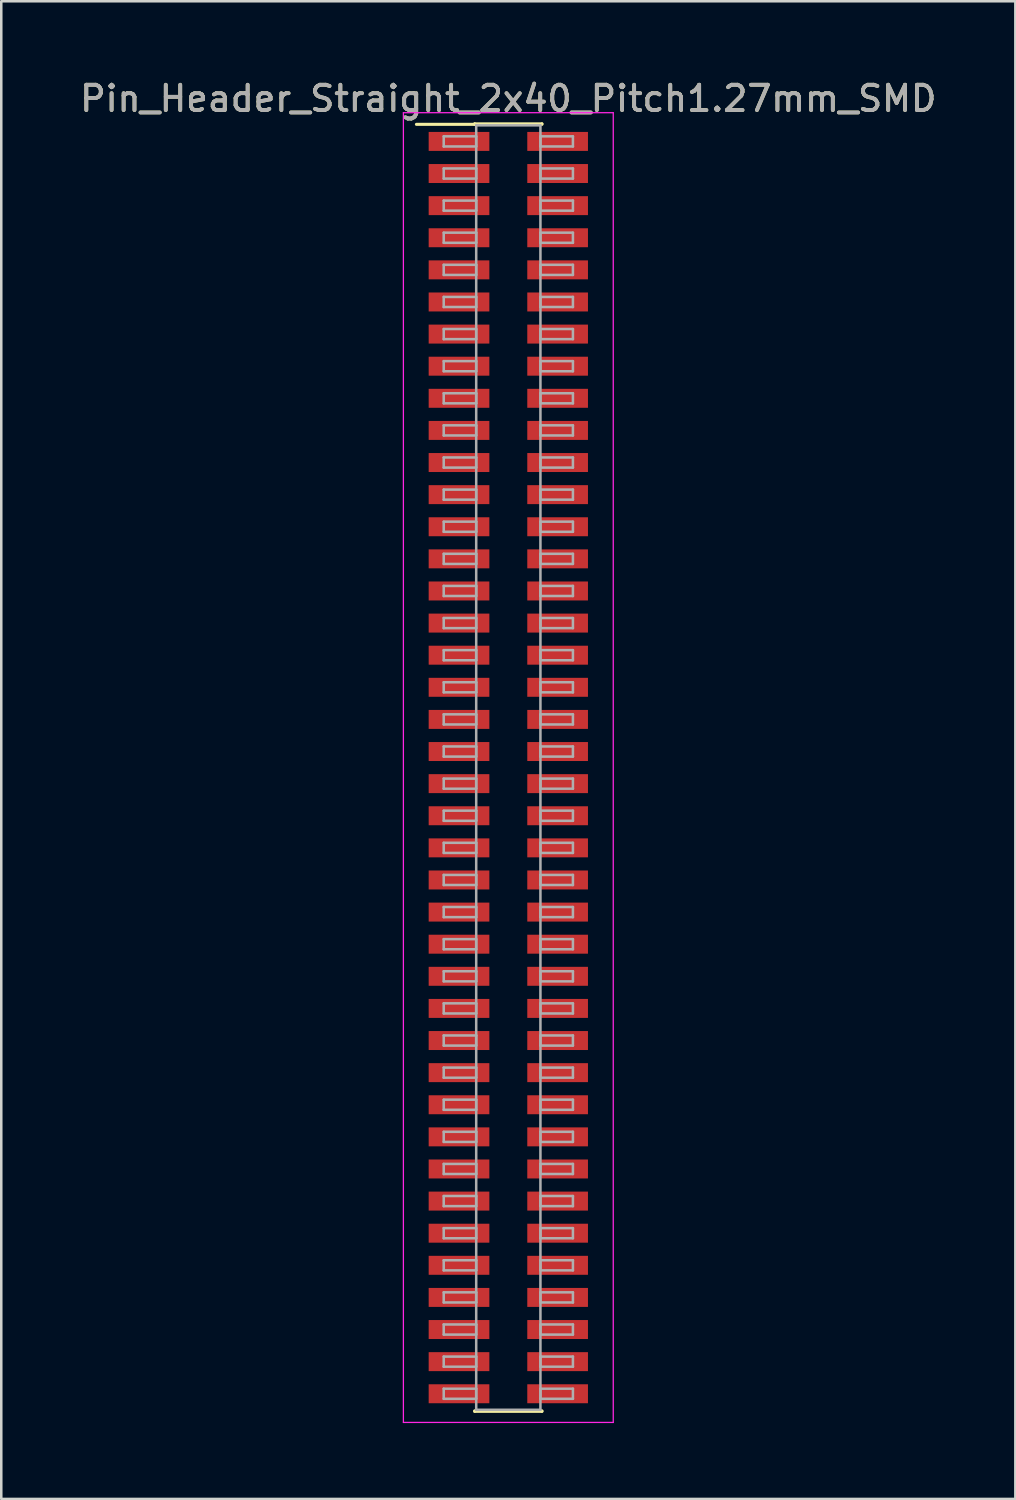
<source format=kicad_pcb>
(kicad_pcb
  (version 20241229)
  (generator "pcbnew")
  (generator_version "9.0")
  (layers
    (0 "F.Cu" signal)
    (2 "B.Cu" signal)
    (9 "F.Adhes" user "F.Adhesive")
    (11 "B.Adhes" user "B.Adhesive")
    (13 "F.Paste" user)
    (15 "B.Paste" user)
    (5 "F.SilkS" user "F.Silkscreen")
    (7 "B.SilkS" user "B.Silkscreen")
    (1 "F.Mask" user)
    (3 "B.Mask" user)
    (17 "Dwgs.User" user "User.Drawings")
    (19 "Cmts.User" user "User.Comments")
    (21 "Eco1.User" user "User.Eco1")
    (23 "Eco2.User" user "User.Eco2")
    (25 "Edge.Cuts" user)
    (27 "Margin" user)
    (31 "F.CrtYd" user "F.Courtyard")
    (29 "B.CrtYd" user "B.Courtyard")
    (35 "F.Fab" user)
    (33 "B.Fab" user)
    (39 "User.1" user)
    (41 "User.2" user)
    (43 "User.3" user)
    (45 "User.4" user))
  (footprint "Pin_Header_Straight_2x40_Pitch1.27mm_SMD"
    (layer "F.Cu")
    (at 17.054 27.308)
    (property "Reference" "Pin_Header_Straight_2x40_Pitch1.27mm_SMD" (at 0 -26.46 0) (layer "F.SilkS") (effects (font (size 1 1) (thickness 0.15))))
    (attr smd)
    (fp_line (start -3.635 -25.44) (end -1.33 -25.44) (stroke (width 0.12) (type solid)) (layer "F.SilkS"))
    (fp_line (start -1.33 -25.46) (end 1.33 -25.46) (stroke (width 0.12) (type solid)) (layer "F.SilkS"))
    (fp_line (start -1.33 -25.44) (end -1.33 -25.46) (stroke (width 0.12) (type solid)) (layer "F.SilkS"))
    (fp_line (start -1.33 25.44) (end -1.33 25.46) (stroke (width 0.12) (type solid)) (layer "F.SilkS"))
    (fp_line (start -1.33 25.46) (end 1.33 25.46) (stroke (width 0.12) (type solid)) (layer "F.SilkS"))
    (fp_line (start 1.33 -25.46) (end 1.33 -25.44) (stroke (width 0.12) (type solid)) (layer "F.SilkS"))
    (fp_line (start 1.33 25.46) (end 1.33 25.44) (stroke (width 0.12) (type solid)) (layer "F.SilkS"))
    (fp_line (start -4.15 -25.9) (end -4.15 25.9) (stroke (width 0.05) (type solid)) (layer "F.CrtYd"))
    (fp_line (start -4.15 25.9) (end 4.15 25.9) (stroke (width 0.05) (type solid)) (layer "F.CrtYd"))
    (fp_line (start 4.15 -25.9) (end -4.15 -25.9) (stroke (width 0.05) (type solid)) (layer "F.CrtYd"))
    (fp_line (start 4.15 25.9) (end 4.15 -25.9) (stroke (width 0.05) (type solid)) (layer "F.CrtYd"))
    (fp_line (start -2.555 -24.965) (end -1.27 -24.965) (stroke (width 0.1) (type solid)) (layer "F.Fab"))
    (fp_line (start -2.555 -24.565) (end -2.555 -24.965) (stroke (width 0.1) (type solid)) (layer "F.Fab"))
    (fp_line (start -2.555 -23.695) (end -1.27 -23.695) (stroke (width 0.1) (type solid)) (layer "F.Fab"))
    (fp_line (start -2.555 -23.295) (end -2.555 -23.695) (stroke (width 0.1) (type solid)) (layer "F.Fab"))
    (fp_line (start -2.555 -22.425) (end -1.27 -22.425) (stroke (width 0.1) (type solid)) (layer "F.Fab"))
    (fp_line (start -2.555 -22.025) (end -2.555 -22.425) (stroke (width 0.1) (type solid)) (layer "F.Fab"))
    (fp_line (start -2.555 -21.155) (end -1.27 -21.155) (stroke (width 0.1) (type solid)) (layer "F.Fab"))
    (fp_line (start -2.555 -20.755) (end -2.555 -21.155) (stroke (width 0.1) (type solid)) (layer "F.Fab"))
    (fp_line (start -2.555 -19.885) (end -1.27 -19.885) (stroke (width 0.1) (type solid)) (layer "F.Fab"))
    (fp_line (start -2.555 -19.485) (end -2.555 -19.885) (stroke (width 0.1) (type solid)) (layer "F.Fab"))
    (fp_line (start -2.555 -18.615) (end -1.27 -18.615) (stroke (width 0.1) (type solid)) (layer "F.Fab"))
    (fp_line (start -2.555 -18.215) (end -2.555 -18.615) (stroke (width 0.1) (type solid)) (layer "F.Fab"))
    (fp_line (start -2.555 -17.345) (end -1.27 -17.345) (stroke (width 0.1) (type solid)) (layer "F.Fab"))
    (fp_line (start -2.555 -16.945) (end -2.555 -17.345) (stroke (width 0.1) (type solid)) (layer "F.Fab"))
    (fp_line (start -2.555 -16.075) (end -1.27 -16.075) (stroke (width 0.1) (type solid)) (layer "F.Fab"))
    (fp_line (start -2.555 -15.675) (end -2.555 -16.075) (stroke (width 0.1) (type solid)) (layer "F.Fab"))
    (fp_line (start -2.555 -14.805) (end -1.27 -14.805) (stroke (width 0.1) (type solid)) (layer "F.Fab"))
    (fp_line (start -2.555 -14.405) (end -2.555 -14.805) (stroke (width 0.1) (type solid)) (layer "F.Fab"))
    (fp_line (start -2.555 -13.535) (end -1.27 -13.535) (stroke (width 0.1) (type solid)) (layer "F.Fab"))
    (fp_line (start -2.555 -13.135) (end -2.555 -13.535) (stroke (width 0.1) (type solid)) (layer "F.Fab"))
    (fp_line (start -2.555 -12.265) (end -1.27 -12.265) (stroke (width 0.1) (type solid)) (layer "F.Fab"))
    (fp_line (start -2.555 -11.865) (end -2.555 -12.265) (stroke (width 0.1) (type solid)) (layer "F.Fab"))
    (fp_line (start -2.555 -10.995) (end -1.27 -10.995) (stroke (width 0.1) (type solid)) (layer "F.Fab"))
    (fp_line (start -2.555 -10.595) (end -2.555 -10.995) (stroke (width 0.1) (type solid)) (layer "F.Fab"))
    (fp_line (start -2.555 -9.725) (end -1.27 -9.725) (stroke (width 0.1) (type solid)) (layer "F.Fab"))
    (fp_line (start -2.555 -9.325) (end -2.555 -9.725) (stroke (width 0.1) (type solid)) (layer "F.Fab"))
    (fp_line (start -2.555 -8.455) (end -1.27 -8.455) (stroke (width 0.1) (type solid)) (layer "F.Fab"))
    (fp_line (start -2.555 -8.055) (end -2.555 -8.455) (stroke (width 0.1) (type solid)) (layer "F.Fab"))
    (fp_line (start -2.555 -7.185) (end -1.27 -7.185) (stroke (width 0.1) (type solid)) (layer "F.Fab"))
    (fp_line (start -2.555 -6.785) (end -2.555 -7.185) (stroke (width 0.1) (type solid)) (layer "F.Fab"))
    (fp_line (start -2.555 -5.915) (end -1.27 -5.915) (stroke (width 0.1) (type solid)) (layer "F.Fab"))
    (fp_line (start -2.555 -5.515) (end -2.555 -5.915) (stroke (width 0.1) (type solid)) (layer "F.Fab"))
    (fp_line (start -2.555 -4.645) (end -1.27 -4.645) (stroke (width 0.1) (type solid)) (layer "F.Fab"))
    (fp_line (start -2.555 -4.245) (end -2.555 -4.645) (stroke (width 0.1) (type solid)) (layer "F.Fab"))
    (fp_line (start -2.555 -3.375) (end -1.27 -3.375) (stroke (width 0.1) (type solid)) (layer "F.Fab"))
    (fp_line (start -2.555 -2.975) (end -2.555 -3.375) (stroke (width 0.1) (type solid)) (layer "F.Fab"))
    (fp_line (start -2.555 -2.105) (end -1.27 -2.105) (stroke (width 0.1) (type solid)) (layer "F.Fab"))
    (fp_line (start -2.555 -1.705) (end -2.555 -2.105) (stroke (width 0.1) (type solid)) (layer "F.Fab"))
    (fp_line (start -2.555 -0.835) (end -1.27 -0.835) (stroke (width 0.1) (type solid)) (layer "F.Fab"))
    (fp_line (start -2.555 -0.435) (end -2.555 -0.835) (stroke (width 0.1) (type solid)) (layer "F.Fab"))
    (fp_line (start -2.555 0.435) (end -1.27 0.435) (stroke (width 0.1) (type solid)) (layer "F.Fab"))
    (fp_line (start -2.555 0.835) (end -2.555 0.435) (stroke (width 0.1) (type solid)) (layer "F.Fab"))
    (fp_line (start -2.555 1.705) (end -1.27 1.705) (stroke (width 0.1) (type solid)) (layer "F.Fab"))
    (fp_line (start -2.555 2.105) (end -2.555 1.705) (stroke (width 0.1) (type solid)) (layer "F.Fab"))
    (fp_line (start -2.555 2.975) (end -1.27 2.975) (stroke (width 0.1) (type solid)) (layer "F.Fab"))
    (fp_line (start -2.555 3.375) (end -2.555 2.975) (stroke (width 0.1) (type solid)) (layer "F.Fab"))
    (fp_line (start -2.555 4.245) (end -1.27 4.245) (stroke (width 0.1) (type solid)) (layer "F.Fab"))
    (fp_line (start -2.555 4.645) (end -2.555 4.245) (stroke (width 0.1) (type solid)) (layer "F.Fab"))
    (fp_line (start -2.555 5.515) (end -1.27 5.515) (stroke (width 0.1) (type solid)) (layer "F.Fab"))
    (fp_line (start -2.555 5.915) (end -2.555 5.515) (stroke (width 0.1) (type solid)) (layer "F.Fab"))
    (fp_line (start -2.555 6.785) (end -1.27 6.785) (stroke (width 0.1) (type solid)) (layer "F.Fab"))
    (fp_line (start -2.555 7.185) (end -2.555 6.785) (stroke (width 0.1) (type solid)) (layer "F.Fab"))
    (fp_line (start -2.555 8.055) (end -1.27 8.055) (stroke (width 0.1) (type solid)) (layer "F.Fab"))
    (fp_line (start -2.555 8.455) (end -2.555 8.055) (stroke (width 0.1) (type solid)) (layer "F.Fab"))
    (fp_line (start -2.555 9.325) (end -1.27 9.325) (stroke (width 0.1) (type solid)) (layer "F.Fab"))
    (fp_line (start -2.555 9.725) (end -2.555 9.325) (stroke (width 0.1) (type solid)) (layer "F.Fab"))
    (fp_line (start -2.555 10.595) (end -1.27 10.595) (stroke (width 0.1) (type solid)) (layer "F.Fab"))
    (fp_line (start -2.555 10.995) (end -2.555 10.595) (stroke (width 0.1) (type solid)) (layer "F.Fab"))
    (fp_line (start -2.555 11.865) (end -1.27 11.865) (stroke (width 0.1) (type solid)) (layer "F.Fab"))
    (fp_line (start -2.555 12.265) (end -2.555 11.865) (stroke (width 0.1) (type solid)) (layer "F.Fab"))
    (fp_line (start -2.555 13.135) (end -1.27 13.135) (stroke (width 0.1) (type solid)) (layer "F.Fab"))
    (fp_line (start -2.555 13.535) (end -2.555 13.135) (stroke (width 0.1) (type solid)) (layer "F.Fab"))
    (fp_line (start -2.555 14.405) (end -1.27 14.405) (stroke (width 0.1) (type solid)) (layer "F.Fab"))
    (fp_line (start -2.555 14.805) (end -2.555 14.405) (stroke (width 0.1) (type solid)) (layer "F.Fab"))
    (fp_line (start -2.555 15.675) (end -1.27 15.675) (stroke (width 0.1) (type solid)) (layer "F.Fab"))
    (fp_line (start -2.555 16.075) (end -2.555 15.675) (stroke (width 0.1) (type solid)) (layer "F.Fab"))
    (fp_line (start -2.555 16.945) (end -1.27 16.945) (stroke (width 0.1) (type solid)) (layer "F.Fab"))
    (fp_line (start -2.555 17.345) (end -2.555 16.945) (stroke (width 0.1) (type solid)) (layer "F.Fab"))
    (fp_line (start -2.555 18.215) (end -1.27 18.215) (stroke (width 0.1) (type solid)) (layer "F.Fab"))
    (fp_line (start -2.555 18.615) (end -2.555 18.215) (stroke (width 0.1) (type solid)) (layer "F.Fab"))
    (fp_line (start -2.555 19.485) (end -1.27 19.485) (stroke (width 0.1) (type solid)) (layer "F.Fab"))
    (fp_line (start -2.555 19.885) (end -2.555 19.485) (stroke (width 0.1) (type solid)) (layer "F.Fab"))
    (fp_line (start -2.555 20.755) (end -1.27 20.755) (stroke (width 0.1) (type solid)) (layer "F.Fab"))
    (fp_line (start -2.555 21.155) (end -2.555 20.755) (stroke (width 0.1) (type solid)) (layer "F.Fab"))
    (fp_line (start -2.555 22.025) (end -1.27 22.025) (stroke (width 0.1) (type solid)) (layer "F.Fab"))
    (fp_line (start -2.555 22.425) (end -2.555 22.025) (stroke (width 0.1) (type solid)) (layer "F.Fab"))
    (fp_line (start -2.555 23.295) (end -1.27 23.295) (stroke (width 0.1) (type solid)) (layer "F.Fab"))
    (fp_line (start -2.555 23.695) (end -2.555 23.295) (stroke (width 0.1) (type solid)) (layer "F.Fab"))
    (fp_line (start -2.555 24.565) (end -1.27 24.565) (stroke (width 0.1) (type solid)) (layer "F.Fab"))
    (fp_line (start -2.555 24.965) (end -2.555 24.565) (stroke (width 0.1) (type solid)) (layer "F.Fab"))
    (fp_line (start -1.27 -25.4) (end -1.27 25.4) (stroke (width 0.1) (type solid)) (layer "F.Fab"))
    (fp_line (start -1.27 -24.965) (end -1.27 -24.565) (stroke (width 0.1) (type solid)) (layer "F.Fab"))
    (fp_line (start -1.27 -24.565) (end -2.555 -24.565) (stroke (width 0.1) (type solid)) (layer "F.Fab"))
    (fp_line (start -1.27 -23.695) (end -1.27 -23.295) (stroke (width 0.1) (type solid)) (layer "F.Fab"))
    (fp_line (start -1.27 -23.295) (end -2.555 -23.295) (stroke (width 0.1) (type solid)) (layer "F.Fab"))
    (fp_line (start -1.27 -22.425) (end -1.27 -22.025) (stroke (width 0.1) (type solid)) (layer "F.Fab"))
    (fp_line (start -1.27 -22.025) (end -2.555 -22.025) (stroke (width 0.1) (type solid)) (layer "F.Fab"))
    (fp_line (start -1.27 -21.155) (end -1.27 -20.755) (stroke (width 0.1) (type solid)) (layer "F.Fab"))
    (fp_line (start -1.27 -20.755) (end -2.555 -20.755) (stroke (width 0.1) (type solid)) (layer "F.Fab"))
    (fp_line (start -1.27 -19.885) (end -1.27 -19.485) (stroke (width 0.1) (type solid)) (layer "F.Fab"))
    (fp_line (start -1.27 -19.485) (end -2.555 -19.485) (stroke (width 0.1) (type solid)) (layer "F.Fab"))
    (fp_line (start -1.27 -18.615) (end -1.27 -18.215) (stroke (width 0.1) (type solid)) (layer "F.Fab"))
    (fp_line (start -1.27 -18.215) (end -2.555 -18.215) (stroke (width 0.1) (type solid)) (layer "F.Fab"))
    (fp_line (start -1.27 -17.345) (end -1.27 -16.945) (stroke (width 0.1) (type solid)) (layer "F.Fab"))
    (fp_line (start -1.27 -16.945) (end -2.555 -16.945) (stroke (width 0.1) (type solid)) (layer "F.Fab"))
    (fp_line (start -1.27 -16.075) (end -1.27 -15.675) (stroke (width 0.1) (type solid)) (layer "F.Fab"))
    (fp_line (start -1.27 -15.675) (end -2.555 -15.675) (stroke (width 0.1) (type solid)) (layer "F.Fab"))
    (fp_line (start -1.27 -14.805) (end -1.27 -14.405) (stroke (width 0.1) (type solid)) (layer "F.Fab"))
    (fp_line (start -1.27 -14.405) (end -2.555 -14.405) (stroke (width 0.1) (type solid)) (layer "F.Fab"))
    (fp_line (start -1.27 -13.535) (end -1.27 -13.135) (stroke (width 0.1) (type solid)) (layer "F.Fab"))
    (fp_line (start -1.27 -13.135) (end -2.555 -13.135) (stroke (width 0.1) (type solid)) (layer "F.Fab"))
    (fp_line (start -1.27 -12.265) (end -1.27 -11.865) (stroke (width 0.1) (type solid)) (layer "F.Fab"))
    (fp_line (start -1.27 -11.865) (end -2.555 -11.865) (stroke (width 0.1) (type solid)) (layer "F.Fab"))
    (fp_line (start -1.27 -10.995) (end -1.27 -10.595) (stroke (width 0.1) (type solid)) (layer "F.Fab"))
    (fp_line (start -1.27 -10.595) (end -2.555 -10.595) (stroke (width 0.1) (type solid)) (layer "F.Fab"))
    (fp_line (start -1.27 -9.725) (end -1.27 -9.325) (stroke (width 0.1) (type solid)) (layer "F.Fab"))
    (fp_line (start -1.27 -9.325) (end -2.555 -9.325) (stroke (width 0.1) (type solid)) (layer "F.Fab"))
    (fp_line (start -1.27 -8.455) (end -1.27 -8.055) (stroke (width 0.1) (type solid)) (layer "F.Fab"))
    (fp_line (start -1.27 -8.055) (end -2.555 -8.055) (stroke (width 0.1) (type solid)) (layer "F.Fab"))
    (fp_line (start -1.27 -7.185) (end -1.27 -6.785) (stroke (width 0.1) (type solid)) (layer "F.Fab"))
    (fp_line (start -1.27 -6.785) (end -2.555 -6.785) (stroke (width 0.1) (type solid)) (layer "F.Fab"))
    (fp_line (start -1.27 -5.915) (end -1.27 -5.515) (stroke (width 0.1) (type solid)) (layer "F.Fab"))
    (fp_line (start -1.27 -5.515) (end -2.555 -5.515) (stroke (width 0.1) (type solid)) (layer "F.Fab"))
    (fp_line (start -1.27 -4.645) (end -1.27 -4.245) (stroke (width 0.1) (type solid)) (layer "F.Fab"))
    (fp_line (start -1.27 -4.245) (end -2.555 -4.245) (stroke (width 0.1) (type solid)) (layer "F.Fab"))
    (fp_line (start -1.27 -3.375) (end -1.27 -2.975) (stroke (width 0.1) (type solid)) (layer "F.Fab"))
    (fp_line (start -1.27 -2.975) (end -2.555 -2.975) (stroke (width 0.1) (type solid)) (layer "F.Fab"))
    (fp_line (start -1.27 -2.105) (end -1.27 -1.705) (stroke (width 0.1) (type solid)) (layer "F.Fab"))
    (fp_line (start -1.27 -1.705) (end -2.555 -1.705) (stroke (width 0.1) (type solid)) (layer "F.Fab"))
    (fp_line (start -1.27 -0.835) (end -1.27 -0.435) (stroke (width 0.1) (type solid)) (layer "F.Fab"))
    (fp_line (start -1.27 -0.435) (end -2.555 -0.435) (stroke (width 0.1) (type solid)) (layer "F.Fab"))
    (fp_line (start -1.27 0.435) (end -1.27 0.835) (stroke (width 0.1) (type solid)) (layer "F.Fab"))
    (fp_line (start -1.27 0.835) (end -2.555 0.835) (stroke (width 0.1) (type solid)) (layer "F.Fab"))
    (fp_line (start -1.27 1.705) (end -1.27 2.105) (stroke (width 0.1) (type solid)) (layer "F.Fab"))
    (fp_line (start -1.27 2.105) (end -2.555 2.105) (stroke (width 0.1) (type solid)) (layer "F.Fab"))
    (fp_line (start -1.27 2.975) (end -1.27 3.375) (stroke (width 0.1) (type solid)) (layer "F.Fab"))
    (fp_line (start -1.27 3.375) (end -2.555 3.375) (stroke (width 0.1) (type solid)) (layer "F.Fab"))
    (fp_line (start -1.27 4.245) (end -1.27 4.645) (stroke (width 0.1) (type solid)) (layer "F.Fab"))
    (fp_line (start -1.27 4.645) (end -2.555 4.645) (stroke (width 0.1) (type solid)) (layer "F.Fab"))
    (fp_line (start -1.27 5.515) (end -1.27 5.915) (stroke (width 0.1) (type solid)) (layer "F.Fab"))
    (fp_line (start -1.27 5.915) (end -2.555 5.915) (stroke (width 0.1) (type solid)) (layer "F.Fab"))
    (fp_line (start -1.27 6.785) (end -1.27 7.185) (stroke (width 0.1) (type solid)) (layer "F.Fab"))
    (fp_line (start -1.27 7.185) (end -2.555 7.185) (stroke (width 0.1) (type solid)) (layer "F.Fab"))
    (fp_line (start -1.27 8.055) (end -1.27 8.455) (stroke (width 0.1) (type solid)) (layer "F.Fab"))
    (fp_line (start -1.27 8.455) (end -2.555 8.455) (stroke (width 0.1) (type solid)) (layer "F.Fab"))
    (fp_line (start -1.27 9.325) (end -1.27 9.725) (stroke (width 0.1) (type solid)) (layer "F.Fab"))
    (fp_line (start -1.27 9.725) (end -2.555 9.725) (stroke (width 0.1) (type solid)) (layer "F.Fab"))
    (fp_line (start -1.27 10.595) (end -1.27 10.995) (stroke (width 0.1) (type solid)) (layer "F.Fab"))
    (fp_line (start -1.27 10.995) (end -2.555 10.995) (stroke (width 0.1) (type solid)) (layer "F.Fab"))
    (fp_line (start -1.27 11.865) (end -1.27 12.265) (stroke (width 0.1) (type solid)) (layer "F.Fab"))
    (fp_line (start -1.27 12.265) (end -2.555 12.265) (stroke (width 0.1) (type solid)) (layer "F.Fab"))
    (fp_line (start -1.27 13.135) (end -1.27 13.535) (stroke (width 0.1) (type solid)) (layer "F.Fab"))
    (fp_line (start -1.27 13.535) (end -2.555 13.535) (stroke (width 0.1) (type solid)) (layer "F.Fab"))
    (fp_line (start -1.27 14.405) (end -1.27 14.805) (stroke (width 0.1) (type solid)) (layer "F.Fab"))
    (fp_line (start -1.27 14.805) (end -2.555 14.805) (stroke (width 0.1) (type solid)) (layer "F.Fab"))
    (fp_line (start -1.27 15.675) (end -1.27 16.075) (stroke (width 0.1) (type solid)) (layer "F.Fab"))
    (fp_line (start -1.27 16.075) (end -2.555 16.075) (stroke (width 0.1) (type solid)) (layer "F.Fab"))
    (fp_line (start -1.27 16.945) (end -1.27 17.345) (stroke (width 0.1) (type solid)) (layer "F.Fab"))
    (fp_line (start -1.27 17.345) (end -2.555 17.345) (stroke (width 0.1) (type solid)) (layer "F.Fab"))
    (fp_line (start -1.27 18.215) (end -1.27 18.615) (stroke (width 0.1) (type solid)) (layer "F.Fab"))
    (fp_line (start -1.27 18.615) (end -2.555 18.615) (stroke (width 0.1) (type solid)) (layer "F.Fab"))
    (fp_line (start -1.27 19.485) (end -1.27 19.885) (stroke (width 0.1) (type solid)) (layer "F.Fab"))
    (fp_line (start -1.27 19.885) (end -2.555 19.885) (stroke (width 0.1) (type solid)) (layer "F.Fab"))
    (fp_line (start -1.27 20.755) (end -1.27 21.155) (stroke (width 0.1) (type solid)) (layer "F.Fab"))
    (fp_line (start -1.27 21.155) (end -2.555 21.155) (stroke (width 0.1) (type solid)) (layer "F.Fab"))
    (fp_line (start -1.27 22.025) (end -1.27 22.425) (stroke (width 0.1) (type solid)) (layer "F.Fab"))
    (fp_line (start -1.27 22.425) (end -2.555 22.425) (stroke (width 0.1) (type solid)) (layer "F.Fab"))
    (fp_line (start -1.27 23.295) (end -1.27 23.695) (stroke (width 0.1) (type solid)) (layer "F.Fab"))
    (fp_line (start -1.27 23.695) (end -2.555 23.695) (stroke (width 0.1) (type solid)) (layer "F.Fab"))
    (fp_line (start -1.27 24.565) (end -1.27 24.965) (stroke (width 0.1) (type solid)) (layer "F.Fab"))
    (fp_line (start -1.27 24.965) (end -2.555 24.965) (stroke (width 0.1) (type solid)) (layer "F.Fab"))
    (fp_line (start -1.27 25.4) (end 1.27 25.4) (stroke (width 0.1) (type solid)) (layer "F.Fab"))
    (fp_line (start 1.27 -25.4) (end -1.27 -25.4) (stroke (width 0.1) (type solid)) (layer "F.Fab"))
    (fp_line (start 1.27 -24.965) (end 1.27 -24.565) (stroke (width 0.1) (type solid)) (layer "F.Fab"))
    (fp_line (start 1.27 -24.565) (end 2.555 -24.565) (stroke (width 0.1) (type solid)) (layer "F.Fab"))
    (fp_line (start 1.27 -23.695) (end 1.27 -23.295) (stroke (width 0.1) (type solid)) (layer "F.Fab"))
    (fp_line (start 1.27 -23.295) (end 2.555 -23.295) (stroke (width 0.1) (type solid)) (layer "F.Fab"))
    (fp_line (start 1.27 -22.425) (end 1.27 -22.025) (stroke (width 0.1) (type solid)) (layer "F.Fab"))
    (fp_line (start 1.27 -22.025) (end 2.555 -22.025) (stroke (width 0.1) (type solid)) (layer "F.Fab"))
    (fp_line (start 1.27 -21.155) (end 1.27 -20.755) (stroke (width 0.1) (type solid)) (layer "F.Fab"))
    (fp_line (start 1.27 -20.755) (end 2.555 -20.755) (stroke (width 0.1) (type solid)) (layer "F.Fab"))
    (fp_line (start 1.27 -19.885) (end 1.27 -19.485) (stroke (width 0.1) (type solid)) (layer "F.Fab"))
    (fp_line (start 1.27 -19.485) (end 2.555 -19.485) (stroke (width 0.1) (type solid)) (layer "F.Fab"))
    (fp_line (start 1.27 -18.615) (end 1.27 -18.215) (stroke (width 0.1) (type solid)) (layer "F.Fab"))
    (fp_line (start 1.27 -18.215) (end 2.555 -18.215) (stroke (width 0.1) (type solid)) (layer "F.Fab"))
    (fp_line (start 1.27 -17.345) (end 1.27 -16.945) (stroke (width 0.1) (type solid)) (layer "F.Fab"))
    (fp_line (start 1.27 -16.945) (end 2.555 -16.945) (stroke (width 0.1) (type solid)) (layer "F.Fab"))
    (fp_line (start 1.27 -16.075) (end 1.27 -15.675) (stroke (width 0.1) (type solid)) (layer "F.Fab"))
    (fp_line (start 1.27 -15.675) (end 2.555 -15.675) (stroke (width 0.1) (type solid)) (layer "F.Fab"))
    (fp_line (start 1.27 -14.805) (end 1.27 -14.405) (stroke (width 0.1) (type solid)) (layer "F.Fab"))
    (fp_line (start 1.27 -14.405) (end 2.555 -14.405) (stroke (width 0.1) (type solid)) (layer "F.Fab"))
    (fp_line (start 1.27 -13.535) (end 1.27 -13.135) (stroke (width 0.1) (type solid)) (layer "F.Fab"))
    (fp_line (start 1.27 -13.135) (end 2.555 -13.135) (stroke (width 0.1) (type solid)) (layer "F.Fab"))
    (fp_line (start 1.27 -12.265) (end 1.27 -11.865) (stroke (width 0.1) (type solid)) (layer "F.Fab"))
    (fp_line (start 1.27 -11.865) (end 2.555 -11.865) (stroke (width 0.1) (type solid)) (layer "F.Fab"))
    (fp_line (start 1.27 -10.995) (end 1.27 -10.595) (stroke (width 0.1) (type solid)) (layer "F.Fab"))
    (fp_line (start 1.27 -10.595) (end 2.555 -10.595) (stroke (width 0.1) (type solid)) (layer "F.Fab"))
    (fp_line (start 1.27 -9.725) (end 1.27 -9.325) (stroke (width 0.1) (type solid)) (layer "F.Fab"))
    (fp_line (start 1.27 -9.325) (end 2.555 -9.325) (stroke (width 0.1) (type solid)) (layer "F.Fab"))
    (fp_line (start 1.27 -8.455) (end 1.27 -8.055) (stroke (width 0.1) (type solid)) (layer "F.Fab"))
    (fp_line (start 1.27 -8.055) (end 2.555 -8.055) (stroke (width 0.1) (type solid)) (layer "F.Fab"))
    (fp_line (start 1.27 -7.185) (end 1.27 -6.785) (stroke (width 0.1) (type solid)) (layer "F.Fab"))
    (fp_line (start 1.27 -6.785) (end 2.555 -6.785) (stroke (width 0.1) (type solid)) (layer "F.Fab"))
    (fp_line (start 1.27 -5.915) (end 1.27 -5.515) (stroke (width 0.1) (type solid)) (layer "F.Fab"))
    (fp_line (start 1.27 -5.515) (end 2.555 -5.515) (stroke (width 0.1) (type solid)) (layer "F.Fab"))
    (fp_line (start 1.27 -4.645) (end 1.27 -4.245) (stroke (width 0.1) (type solid)) (layer "F.Fab"))
    (fp_line (start 1.27 -4.245) (end 2.555 -4.245) (stroke (width 0.1) (type solid)) (layer "F.Fab"))
    (fp_line (start 1.27 -3.375) (end 1.27 -2.975) (stroke (width 0.1) (type solid)) (layer "F.Fab"))
    (fp_line (start 1.27 -2.975) (end 2.555 -2.975) (stroke (width 0.1) (type solid)) (layer "F.Fab"))
    (fp_line (start 1.27 -2.105) (end 1.27 -1.705) (stroke (width 0.1) (type solid)) (layer "F.Fab"))
    (fp_line (start 1.27 -1.705) (end 2.555 -1.705) (stroke (width 0.1) (type solid)) (layer "F.Fab"))
    (fp_line (start 1.27 -0.835) (end 1.27 -0.435) (stroke (width 0.1) (type solid)) (layer "F.Fab"))
    (fp_line (start 1.27 -0.435) (end 2.555 -0.435) (stroke (width 0.1) (type solid)) (layer "F.Fab"))
    (fp_line (start 1.27 0.435) (end 1.27 0.835) (stroke (width 0.1) (type solid)) (layer "F.Fab"))
    (fp_line (start 1.27 0.835) (end 2.555 0.835) (stroke (width 0.1) (type solid)) (layer "F.Fab"))
    (fp_line (start 1.27 1.705) (end 1.27 2.105) (stroke (width 0.1) (type solid)) (layer "F.Fab"))
    (fp_line (start 1.27 2.105) (end 2.555 2.105) (stroke (width 0.1) (type solid)) (layer "F.Fab"))
    (fp_line (start 1.27 2.975) (end 1.27 3.375) (stroke (width 0.1) (type solid)) (layer "F.Fab"))
    (fp_line (start 1.27 3.375) (end 2.555 3.375) (stroke (width 0.1) (type solid)) (layer "F.Fab"))
    (fp_line (start 1.27 4.245) (end 1.27 4.645) (stroke (width 0.1) (type solid)) (layer "F.Fab"))
    (fp_line (start 1.27 4.645) (end 2.555 4.645) (stroke (width 0.1) (type solid)) (layer "F.Fab"))
    (fp_line (start 1.27 5.515) (end 1.27 5.915) (stroke (width 0.1) (type solid)) (layer "F.Fab"))
    (fp_line (start 1.27 5.915) (end 2.555 5.915) (stroke (width 0.1) (type solid)) (layer "F.Fab"))
    (fp_line (start 1.27 6.785) (end 1.27 7.185) (stroke (width 0.1) (type solid)) (layer "F.Fab"))
    (fp_line (start 1.27 7.185) (end 2.555 7.185) (stroke (width 0.1) (type solid)) (layer "F.Fab"))
    (fp_line (start 1.27 8.055) (end 1.27 8.455) (stroke (width 0.1) (type solid)) (layer "F.Fab"))
    (fp_line (start 1.27 8.455) (end 2.555 8.455) (stroke (width 0.1) (type solid)) (layer "F.Fab"))
    (fp_line (start 1.27 9.325) (end 1.27 9.725) (stroke (width 0.1) (type solid)) (layer "F.Fab"))
    (fp_line (start 1.27 9.725) (end 2.555 9.725) (stroke (width 0.1) (type solid)) (layer "F.Fab"))
    (fp_line (start 1.27 10.595) (end 1.27 10.995) (stroke (width 0.1) (type solid)) (layer "F.Fab"))
    (fp_line (start 1.27 10.995) (end 2.555 10.995) (stroke (width 0.1) (type solid)) (layer "F.Fab"))
    (fp_line (start 1.27 11.865) (end 1.27 12.265) (stroke (width 0.1) (type solid)) (layer "F.Fab"))
    (fp_line (start 1.27 12.265) (end 2.555 12.265) (stroke (width 0.1) (type solid)) (layer "F.Fab"))
    (fp_line (start 1.27 13.135) (end 1.27 13.535) (stroke (width 0.1) (type solid)) (layer "F.Fab"))
    (fp_line (start 1.27 13.535) (end 2.555 13.535) (stroke (width 0.1) (type solid)) (layer "F.Fab"))
    (fp_line (start 1.27 14.405) (end 1.27 14.805) (stroke (width 0.1) (type solid)) (layer "F.Fab"))
    (fp_line (start 1.27 14.805) (end 2.555 14.805) (stroke (width 0.1) (type solid)) (layer "F.Fab"))
    (fp_line (start 1.27 15.675) (end 1.27 16.075) (stroke (width 0.1) (type solid)) (layer "F.Fab"))
    (fp_line (start 1.27 16.075) (end 2.555 16.075) (stroke (width 0.1) (type solid)) (layer "F.Fab"))
    (fp_line (start 1.27 16.945) (end 1.27 17.345) (stroke (width 0.1) (type solid)) (layer "F.Fab"))
    (fp_line (start 1.27 17.345) (end 2.555 17.345) (stroke (width 0.1) (type solid)) (layer "F.Fab"))
    (fp_line (start 1.27 18.215) (end 1.27 18.615) (stroke (width 0.1) (type solid)) (layer "F.Fab"))
    (fp_line (start 1.27 18.615) (end 2.555 18.615) (stroke (width 0.1) (type solid)) (layer "F.Fab"))
    (fp_line (start 1.27 19.485) (end 1.27 19.885) (stroke (width 0.1) (type solid)) (layer "F.Fab"))
    (fp_line (start 1.27 19.885) (end 2.555 19.885) (stroke (width 0.1) (type solid)) (layer "F.Fab"))
    (fp_line (start 1.27 20.755) (end 1.27 21.155) (stroke (width 0.1) (type solid)) (layer "F.Fab"))
    (fp_line (start 1.27 21.155) (end 2.555 21.155) (stroke (width 0.1) (type solid)) (layer "F.Fab"))
    (fp_line (start 1.27 22.025) (end 1.27 22.425) (stroke (width 0.1) (type solid)) (layer "F.Fab"))
    (fp_line (start 1.27 22.425) (end 2.555 22.425) (stroke (width 0.1) (type solid)) (layer "F.Fab"))
    (fp_line (start 1.27 23.295) (end 1.27 23.695) (stroke (width 0.1) (type solid)) (layer "F.Fab"))
    (fp_line (start 1.27 23.695) (end 2.555 23.695) (stroke (width 0.1) (type solid)) (layer "F.Fab"))
    (fp_line (start 1.27 24.565) (end 1.27 24.965) (stroke (width 0.1) (type solid)) (layer "F.Fab"))
    (fp_line (start 1.27 24.965) (end 2.555 24.965) (stroke (width 0.1) (type solid)) (layer "F.Fab"))
    (fp_line (start 1.27 25.4) (end 1.27 -25.4) (stroke (width 0.1) (type solid)) (layer "F.Fab"))
    (fp_line (start 2.555 -24.965) (end 1.27 -24.965) (stroke (width 0.1) (type solid)) (layer "F.Fab"))
    (fp_line (start 2.555 -24.565) (end 2.555 -24.965) (stroke (width 0.1) (type solid)) (layer "F.Fab"))
    (fp_line (start 2.555 -23.695) (end 1.27 -23.695) (stroke (width 0.1) (type solid)) (layer "F.Fab"))
    (fp_line (start 2.555 -23.295) (end 2.555 -23.695) (stroke (width 0.1) (type solid)) (layer "F.Fab"))
    (fp_line (start 2.555 -22.425) (end 1.27 -22.425) (stroke (width 0.1) (type solid)) (layer "F.Fab"))
    (fp_line (start 2.555 -22.025) (end 2.555 -22.425) (stroke (width 0.1) (type solid)) (layer "F.Fab"))
    (fp_line (start 2.555 -21.155) (end 1.27 -21.155) (stroke (width 0.1) (type solid)) (layer "F.Fab"))
    (fp_line (start 2.555 -20.755) (end 2.555 -21.155) (stroke (width 0.1) (type solid)) (layer "F.Fab"))
    (fp_line (start 2.555 -19.885) (end 1.27 -19.885) (stroke (width 0.1) (type solid)) (layer "F.Fab"))
    (fp_line (start 2.555 -19.485) (end 2.555 -19.885) (stroke (width 0.1) (type solid)) (layer "F.Fab"))
    (fp_line (start 2.555 -18.615) (end 1.27 -18.615) (stroke (width 0.1) (type solid)) (layer "F.Fab"))
    (fp_line (start 2.555 -18.215) (end 2.555 -18.615) (stroke (width 0.1) (type solid)) (layer "F.Fab"))
    (fp_line (start 2.555 -17.345) (end 1.27 -17.345) (stroke (width 0.1) (type solid)) (layer "F.Fab"))
    (fp_line (start 2.555 -16.945) (end 2.555 -17.345) (stroke (width 0.1) (type solid)) (layer "F.Fab"))
    (fp_line (start 2.555 -16.075) (end 1.27 -16.075) (stroke (width 0.1) (type solid)) (layer "F.Fab"))
    (fp_line (start 2.555 -15.675) (end 2.555 -16.075) (stroke (width 0.1) (type solid)) (layer "F.Fab"))
    (fp_line (start 2.555 -14.805) (end 1.27 -14.805) (stroke (width 0.1) (type solid)) (layer "F.Fab"))
    (fp_line (start 2.555 -14.405) (end 2.555 -14.805) (stroke (width 0.1) (type solid)) (layer "F.Fab"))
    (fp_line (start 2.555 -13.535) (end 1.27 -13.535) (stroke (width 0.1) (type solid)) (layer "F.Fab"))
    (fp_line (start 2.555 -13.135) (end 2.555 -13.535) (stroke (width 0.1) (type solid)) (layer "F.Fab"))
    (fp_line (start 2.555 -12.265) (end 1.27 -12.265) (stroke (width 0.1) (type solid)) (layer "F.Fab"))
    (fp_line (start 2.555 -11.865) (end 2.555 -12.265) (stroke (width 0.1) (type solid)) (layer "F.Fab"))
    (fp_line (start 2.555 -10.995) (end 1.27 -10.995) (stroke (width 0.1) (type solid)) (layer "F.Fab"))
    (fp_line (start 2.555 -10.595) (end 2.555 -10.995) (stroke (width 0.1) (type solid)) (layer "F.Fab"))
    (fp_line (start 2.555 -9.725) (end 1.27 -9.725) (stroke (width 0.1) (type solid)) (layer "F.Fab"))
    (fp_line (start 2.555 -9.325) (end 2.555 -9.725) (stroke (width 0.1) (type solid)) (layer "F.Fab"))
    (fp_line (start 2.555 -8.455) (end 1.27 -8.455) (stroke (width 0.1) (type solid)) (layer "F.Fab"))
    (fp_line (start 2.555 -8.055) (end 2.555 -8.455) (stroke (width 0.1) (type solid)) (layer "F.Fab"))
    (fp_line (start 2.555 -7.185) (end 1.27 -7.185) (stroke (width 0.1) (type solid)) (layer "F.Fab"))
    (fp_line (start 2.555 -6.785) (end 2.555 -7.185) (stroke (width 0.1) (type solid)) (layer "F.Fab"))
    (fp_line (start 2.555 -5.915) (end 1.27 -5.915) (stroke (width 0.1) (type solid)) (layer "F.Fab"))
    (fp_line (start 2.555 -5.515) (end 2.555 -5.915) (stroke (width 0.1) (type solid)) (layer "F.Fab"))
    (fp_line (start 2.555 -4.645) (end 1.27 -4.645) (stroke (width 0.1) (type solid)) (layer "F.Fab"))
    (fp_line (start 2.555 -4.245) (end 2.555 -4.645) (stroke (width 0.1) (type solid)) (layer "F.Fab"))
    (fp_line (start 2.555 -3.375) (end 1.27 -3.375) (stroke (width 0.1) (type solid)) (layer "F.Fab"))
    (fp_line (start 2.555 -2.975) (end 2.555 -3.375) (stroke (width 0.1) (type solid)) (layer "F.Fab"))
    (fp_line (start 2.555 -2.105) (end 1.27 -2.105) (stroke (width 0.1) (type solid)) (layer "F.Fab"))
    (fp_line (start 2.555 -1.705) (end 2.555 -2.105) (stroke (width 0.1) (type solid)) (layer "F.Fab"))
    (fp_line (start 2.555 -0.835) (end 1.27 -0.835) (stroke (width 0.1) (type solid)) (layer "F.Fab"))
    (fp_line (start 2.555 -0.435) (end 2.555 -0.835) (stroke (width 0.1) (type solid)) (layer "F.Fab"))
    (fp_line (start 2.555 0.435) (end 1.27 0.435) (stroke (width 0.1) (type solid)) (layer "F.Fab"))
    (fp_line (start 2.555 0.835) (end 2.555 0.435) (stroke (width 0.1) (type solid)) (layer "F.Fab"))
    (fp_line (start 2.555 1.705) (end 1.27 1.705) (stroke (width 0.1) (type solid)) (layer "F.Fab"))
    (fp_line (start 2.555 2.105) (end 2.555 1.705) (stroke (width 0.1) (type solid)) (layer "F.Fab"))
    (fp_line (start 2.555 2.975) (end 1.27 2.975) (stroke (width 0.1) (type solid)) (layer "F.Fab"))
    (fp_line (start 2.555 3.375) (end 2.555 2.975) (stroke (width 0.1) (type solid)) (layer "F.Fab"))
    (fp_line (start 2.555 4.245) (end 1.27 4.245) (stroke (width 0.1) (type solid)) (layer "F.Fab"))
    (fp_line (start 2.555 4.645) (end 2.555 4.245) (stroke (width 0.1) (type solid)) (layer "F.Fab"))
    (fp_line (start 2.555 5.515) (end 1.27 5.515) (stroke (width 0.1) (type solid)) (layer "F.Fab"))
    (fp_line (start 2.555 5.915) (end 2.555 5.515) (stroke (width 0.1) (type solid)) (layer "F.Fab"))
    (fp_line (start 2.555 6.785) (end 1.27 6.785) (stroke (width 0.1) (type solid)) (layer "F.Fab"))
    (fp_line (start 2.555 7.185) (end 2.555 6.785) (stroke (width 0.1) (type solid)) (layer "F.Fab"))
    (fp_line (start 2.555 8.055) (end 1.27 8.055) (stroke (width 0.1) (type solid)) (layer "F.Fab"))
    (fp_line (start 2.555 8.455) (end 2.555 8.055) (stroke (width 0.1) (type solid)) (layer "F.Fab"))
    (fp_line (start 2.555 9.325) (end 1.27 9.325) (stroke (width 0.1) (type solid)) (layer "F.Fab"))
    (fp_line (start 2.555 9.725) (end 2.555 9.325) (stroke (width 0.1) (type solid)) (layer "F.Fab"))
    (fp_line (start 2.555 10.595) (end 1.27 10.595) (stroke (width 0.1) (type solid)) (layer "F.Fab"))
    (fp_line (start 2.555 10.995) (end 2.555 10.595) (stroke (width 0.1) (type solid)) (layer "F.Fab"))
    (fp_line (start 2.555 11.865) (end 1.27 11.865) (stroke (width 0.1) (type solid)) (layer "F.Fab"))
    (fp_line (start 2.555 12.265) (end 2.555 11.865) (stroke (width 0.1) (type solid)) (layer "F.Fab"))
    (fp_line (start 2.555 13.135) (end 1.27 13.135) (stroke (width 0.1) (type solid)) (layer "F.Fab"))
    (fp_line (start 2.555 13.535) (end 2.555 13.135) (stroke (width 0.1) (type solid)) (layer "F.Fab"))
    (fp_line (start 2.555 14.405) (end 1.27 14.405) (stroke (width 0.1) (type solid)) (layer "F.Fab"))
    (fp_line (start 2.555 14.805) (end 2.555 14.405) (stroke (width 0.1) (type solid)) (layer "F.Fab"))
    (fp_line (start 2.555 15.675) (end 1.27 15.675) (stroke (width 0.1) (type solid)) (layer "F.Fab"))
    (fp_line (start 2.555 16.075) (end 2.555 15.675) (stroke (width 0.1) (type solid)) (layer "F.Fab"))
    (fp_line (start 2.555 16.945) (end 1.27 16.945) (stroke (width 0.1) (type solid)) (layer "F.Fab"))
    (fp_line (start 2.555 17.345) (end 2.555 16.945) (stroke (width 0.1) (type solid)) (layer "F.Fab"))
    (fp_line (start 2.555 18.215) (end 1.27 18.215) (stroke (width 0.1) (type solid)) (layer "F.Fab"))
    (fp_line (start 2.555 18.615) (end 2.555 18.215) (stroke (width 0.1) (type solid)) (layer "F.Fab"))
    (fp_line (start 2.555 19.485) (end 1.27 19.485) (stroke (width 0.1) (type solid)) (layer "F.Fab"))
    (fp_line (start 2.555 19.885) (end 2.555 19.485) (stroke (width 0.1) (type solid)) (layer "F.Fab"))
    (fp_line (start 2.555 20.755) (end 1.27 20.755) (stroke (width 0.1) (type solid)) (layer "F.Fab"))
    (fp_line (start 2.555 21.155) (end 2.555 20.755) (stroke (width 0.1) (type solid)) (layer "F.Fab"))
    (fp_line (start 2.555 22.025) (end 1.27 22.025) (stroke (width 0.1) (type solid)) (layer "F.Fab"))
    (fp_line (start 2.555 22.425) (end 2.555 22.025) (stroke (width 0.1) (type solid)) (layer "F.Fab"))
    (fp_line (start 2.555 23.295) (end 1.27 23.295) (stroke (width 0.1) (type solid)) (layer "F.Fab"))
    (fp_line (start 2.555 23.695) (end 2.555 23.295) (stroke (width 0.1) (type solid)) (layer "F.Fab"))
    (fp_line (start 2.555 24.565) (end 1.27 24.565) (stroke (width 0.1) (type solid)) (layer "F.Fab"))
    (fp_line (start 2.555 24.965) (end 2.555 24.565) (stroke (width 0.1) (type solid)) (layer "F.Fab"))
    (fp_text user "${REFERENCE}" (at 0 -26.46 0) (layer "F.Fab") (effects (font (size 1 1) (thickness 0.15))))
    (pad "1" smd rect (at -1.95 -24.765) (size 2.4 0.75) (layers "F.Cu" "F.Mask" "F.Paste"))
    (pad "2" smd rect (at 1.95 -24.765) (size 2.4 0.75) (layers "F.Cu" "F.Mask" "F.Paste"))
    (pad "3" smd rect (at -1.95 -23.495) (size 2.4 0.75) (layers "F.Cu" "F.Mask" "F.Paste"))
    (pad "4" smd rect (at 1.95 -23.495) (size 2.4 0.75) (layers "F.Cu" "F.Mask" "F.Paste"))
    (pad "5" smd rect (at -1.95 -22.225) (size 2.4 0.75) (layers "F.Cu" "F.Mask" "F.Paste"))
    (pad "6" smd rect (at 1.95 -22.225) (size 2.4 0.75) (layers "F.Cu" "F.Mask" "F.Paste"))
    (pad "7" smd rect (at -1.95 -20.955) (size 2.4 0.75) (layers "F.Cu" "F.Mask" "F.Paste"))
    (pad "8" smd rect (at 1.95 -20.955) (size 2.4 0.75) (layers "F.Cu" "F.Mask" "F.Paste"))
    (pad "9" smd rect (at -1.95 -19.685) (size 2.4 0.75) (layers "F.Cu" "F.Mask" "F.Paste"))
    (pad "10" smd rect (at 1.95 -19.685) (size 2.4 0.75) (layers "F.Cu" "F.Mask" "F.Paste"))
    (pad "11" smd rect (at -1.95 -18.415) (size 2.4 0.75) (layers "F.Cu" "F.Mask" "F.Paste"))
    (pad "12" smd rect (at 1.95 -18.415) (size 2.4 0.75) (layers "F.Cu" "F.Mask" "F.Paste"))
    (pad "13" smd rect (at -1.95 -17.145) (size 2.4 0.75) (layers "F.Cu" "F.Mask" "F.Paste"))
    (pad "14" smd rect (at 1.95 -17.145) (size 2.4 0.75) (layers "F.Cu" "F.Mask" "F.Paste"))
    (pad "15" smd rect (at -1.95 -15.875) (size 2.4 0.75) (layers "F.Cu" "F.Mask" "F.Paste"))
    (pad "16" smd rect (at 1.95 -15.875) (size 2.4 0.75) (layers "F.Cu" "F.Mask" "F.Paste"))
    (pad "17" smd rect (at -1.95 -14.605) (size 2.4 0.75) (layers "F.Cu" "F.Mask" "F.Paste"))
    (pad "18" smd rect (at 1.95 -14.605) (size 2.4 0.75) (layers "F.Cu" "F.Mask" "F.Paste"))
    (pad "19" smd rect (at -1.95 -13.335) (size 2.4 0.75) (layers "F.Cu" "F.Mask" "F.Paste"))
    (pad "20" smd rect (at 1.95 -13.335) (size 2.4 0.75) (layers "F.Cu" "F.Mask" "F.Paste"))
    (pad "21" smd rect (at -1.95 -12.065) (size 2.4 0.75) (layers "F.Cu" "F.Mask" "F.Paste"))
    (pad "22" smd rect (at 1.95 -12.065) (size 2.4 0.75) (layers "F.Cu" "F.Mask" "F.Paste"))
    (pad "23" smd rect (at -1.95 -10.795) (size 2.4 0.75) (layers "F.Cu" "F.Mask" "F.Paste"))
    (pad "24" smd rect (at 1.95 -10.795) (size 2.4 0.75) (layers "F.Cu" "F.Mask" "F.Paste"))
    (pad "25" smd rect (at -1.95 -9.525) (size 2.4 0.75) (layers "F.Cu" "F.Mask" "F.Paste"))
    (pad "26" smd rect (at 1.95 -9.525) (size 2.4 0.75) (layers "F.Cu" "F.Mask" "F.Paste"))
    (pad "27" smd rect (at -1.95 -8.255) (size 2.4 0.75) (layers "F.Cu" "F.Mask" "F.Paste"))
    (pad "28" smd rect (at 1.95 -8.255) (size 2.4 0.75) (layers "F.Cu" "F.Mask" "F.Paste"))
    (pad "29" smd rect (at -1.95 -6.985) (size 2.4 0.75) (layers "F.Cu" "F.Mask" "F.Paste"))
    (pad "30" smd rect (at 1.95 -6.985) (size 2.4 0.75) (layers "F.Cu" "F.Mask" "F.Paste"))
    (pad "31" smd rect (at -1.95 -5.715) (size 2.4 0.75) (layers "F.Cu" "F.Mask" "F.Paste"))
    (pad "32" smd rect (at 1.95 -5.715) (size 2.4 0.75) (layers "F.Cu" "F.Mask" "F.Paste"))
    (pad "33" smd rect (at -1.95 -4.445) (size 2.4 0.75) (layers "F.Cu" "F.Mask" "F.Paste"))
    (pad "34" smd rect (at 1.95 -4.445) (size 2.4 0.75) (layers "F.Cu" "F.Mask" "F.Paste"))
    (pad "35" smd rect (at -1.95 -3.175) (size 2.4 0.75) (layers "F.Cu" "F.Mask" "F.Paste"))
    (pad "36" smd rect (at 1.95 -3.175) (size 2.4 0.75) (layers "F.Cu" "F.Mask" "F.Paste"))
    (pad "37" smd rect (at -1.95 -1.905) (size 2.4 0.75) (layers "F.Cu" "F.Mask" "F.Paste"))
    (pad "38" smd rect (at 1.95 -1.905) (size 2.4 0.75) (layers "F.Cu" "F.Mask" "F.Paste"))
    (pad "39" smd rect (at -1.95 -0.635) (size 2.4 0.75) (layers "F.Cu" "F.Mask" "F.Paste"))
    (pad "40" smd rect (at 1.95 -0.635) (size 2.4 0.75) (layers "F.Cu" "F.Mask" "F.Paste"))
    (pad "41" smd rect (at -1.95 0.635) (size 2.4 0.75) (layers "F.Cu" "F.Mask" "F.Paste"))
    (pad "42" smd rect (at 1.95 0.635) (size 2.4 0.75) (layers "F.Cu" "F.Mask" "F.Paste"))
    (pad "43" smd rect (at -1.95 1.905) (size 2.4 0.75) (layers "F.Cu" "F.Mask" "F.Paste"))
    (pad "44" smd rect (at 1.95 1.905) (size 2.4 0.75) (layers "F.Cu" "F.Mask" "F.Paste"))
    (pad "45" smd rect (at -1.95 3.175) (size 2.4 0.75) (layers "F.Cu" "F.Mask" "F.Paste"))
    (pad "46" smd rect (at 1.95 3.175) (size 2.4 0.75) (layers "F.Cu" "F.Mask" "F.Paste"))
    (pad "47" smd rect (at -1.95 4.445) (size 2.4 0.75) (layers "F.Cu" "F.Mask" "F.Paste"))
    (pad "48" smd rect (at 1.95 4.445) (size 2.4 0.75) (layers "F.Cu" "F.Mask" "F.Paste"))
    (pad "49" smd rect (at -1.95 5.715) (size 2.4 0.75) (layers "F.Cu" "F.Mask" "F.Paste"))
    (pad "50" smd rect (at 1.95 5.715) (size 2.4 0.75) (layers "F.Cu" "F.Mask" "F.Paste"))
    (pad "51" smd rect (at -1.95 6.985) (size 2.4 0.75) (layers "F.Cu" "F.Mask" "F.Paste"))
    (pad "52" smd rect (at 1.95 6.985) (size 2.4 0.75) (layers "F.Cu" "F.Mask" "F.Paste"))
    (pad "53" smd rect (at -1.95 8.255) (size 2.4 0.75) (layers "F.Cu" "F.Mask" "F.Paste"))
    (pad "54" smd rect (at 1.95 8.255) (size 2.4 0.75) (layers "F.Cu" "F.Mask" "F.Paste"))
    (pad "55" smd rect (at -1.95 9.525) (size 2.4 0.75) (layers "F.Cu" "F.Mask" "F.Paste"))
    (pad "56" smd rect (at 1.95 9.525) (size 2.4 0.75) (layers "F.Cu" "F.Mask" "F.Paste"))
    (pad "57" smd rect (at -1.95 10.795) (size 2.4 0.75) (layers "F.Cu" "F.Mask" "F.Paste"))
    (pad "58" smd rect (at 1.95 10.795) (size 2.4 0.75) (layers "F.Cu" "F.Mask" "F.Paste"))
    (pad "59" smd rect (at -1.95 12.065) (size 2.4 0.75) (layers "F.Cu" "F.Mask" "F.Paste"))
    (pad "60" smd rect (at 1.95 12.065) (size 2.4 0.75) (layers "F.Cu" "F.Mask" "F.Paste"))
    (pad "61" smd rect (at -1.95 13.335) (size 2.4 0.75) (layers "F.Cu" "F.Mask" "F.Paste"))
    (pad "62" smd rect (at 1.95 13.335) (size 2.4 0.75) (layers "F.Cu" "F.Mask" "F.Paste"))
    (pad "63" smd rect (at -1.95 14.605) (size 2.4 0.75) (layers "F.Cu" "F.Mask" "F.Paste"))
    (pad "64" smd rect (at 1.95 14.605) (size 2.4 0.75) (layers "F.Cu" "F.Mask" "F.Paste"))
    (pad "65" smd rect (at -1.95 15.875) (size 2.4 0.75) (layers "F.Cu" "F.Mask" "F.Paste"))
    (pad "66" smd rect (at 1.95 15.875) (size 2.4 0.75) (layers "F.Cu" "F.Mask" "F.Paste"))
    (pad "67" smd rect (at -1.95 17.145) (size 2.4 0.75) (layers "F.Cu" "F.Mask" "F.Paste"))
    (pad "68" smd rect (at 1.95 17.145) (size 2.4 0.75) (layers "F.Cu" "F.Mask" "F.Paste"))
    (pad "69" smd rect (at -1.95 18.415) (size 2.4 0.75) (layers "F.Cu" "F.Mask" "F.Paste"))
    (pad "70" smd rect (at 1.95 18.415) (size 2.4 0.75) (layers "F.Cu" "F.Mask" "F.Paste"))
    (pad "71" smd rect (at -1.95 19.685) (size 2.4 0.75) (layers "F.Cu" "F.Mask" "F.Paste"))
    (pad "72" smd rect (at 1.95 19.685) (size 2.4 0.75) (layers "F.Cu" "F.Mask" "F.Paste"))
    (pad "73" smd rect (at -1.95 20.955) (size 2.4 0.75) (layers "F.Cu" "F.Mask" "F.Paste"))
    (pad "74" smd rect (at 1.95 20.955) (size 2.4 0.75) (layers "F.Cu" "F.Mask" "F.Paste"))
    (pad "75" smd rect (at -1.95 22.225) (size 2.4 0.75) (layers "F.Cu" "F.Mask" "F.Paste"))
    (pad "76" smd rect (at 1.95 22.225) (size 2.4 0.75) (layers "F.Cu" "F.Mask" "F.Paste"))
    (pad "77" smd rect (at -1.95 23.495) (size 2.4 0.75) (layers "F.Cu" "F.Mask" "F.Paste"))
    (pad "78" smd rect (at 1.95 23.495) (size 2.4 0.75) (layers "F.Cu" "F.Mask" "F.Paste"))
    (pad "79" smd rect (at -1.95 24.765) (size 2.4 0.75) (layers "F.Cu" "F.Mask" "F.Paste"))
    (pad "80" smd rect (at 1.95 24.765) (size 2.4 0.75) (layers "F.Cu" "F.Mask" "F.Paste")))
  (gr_rect
    (start -3 -3)
    (end 37.107 56.233)
    (stroke (width 0.1) (type default))
    (fill no)
    (layer "Edge.Cuts")))
</source>
